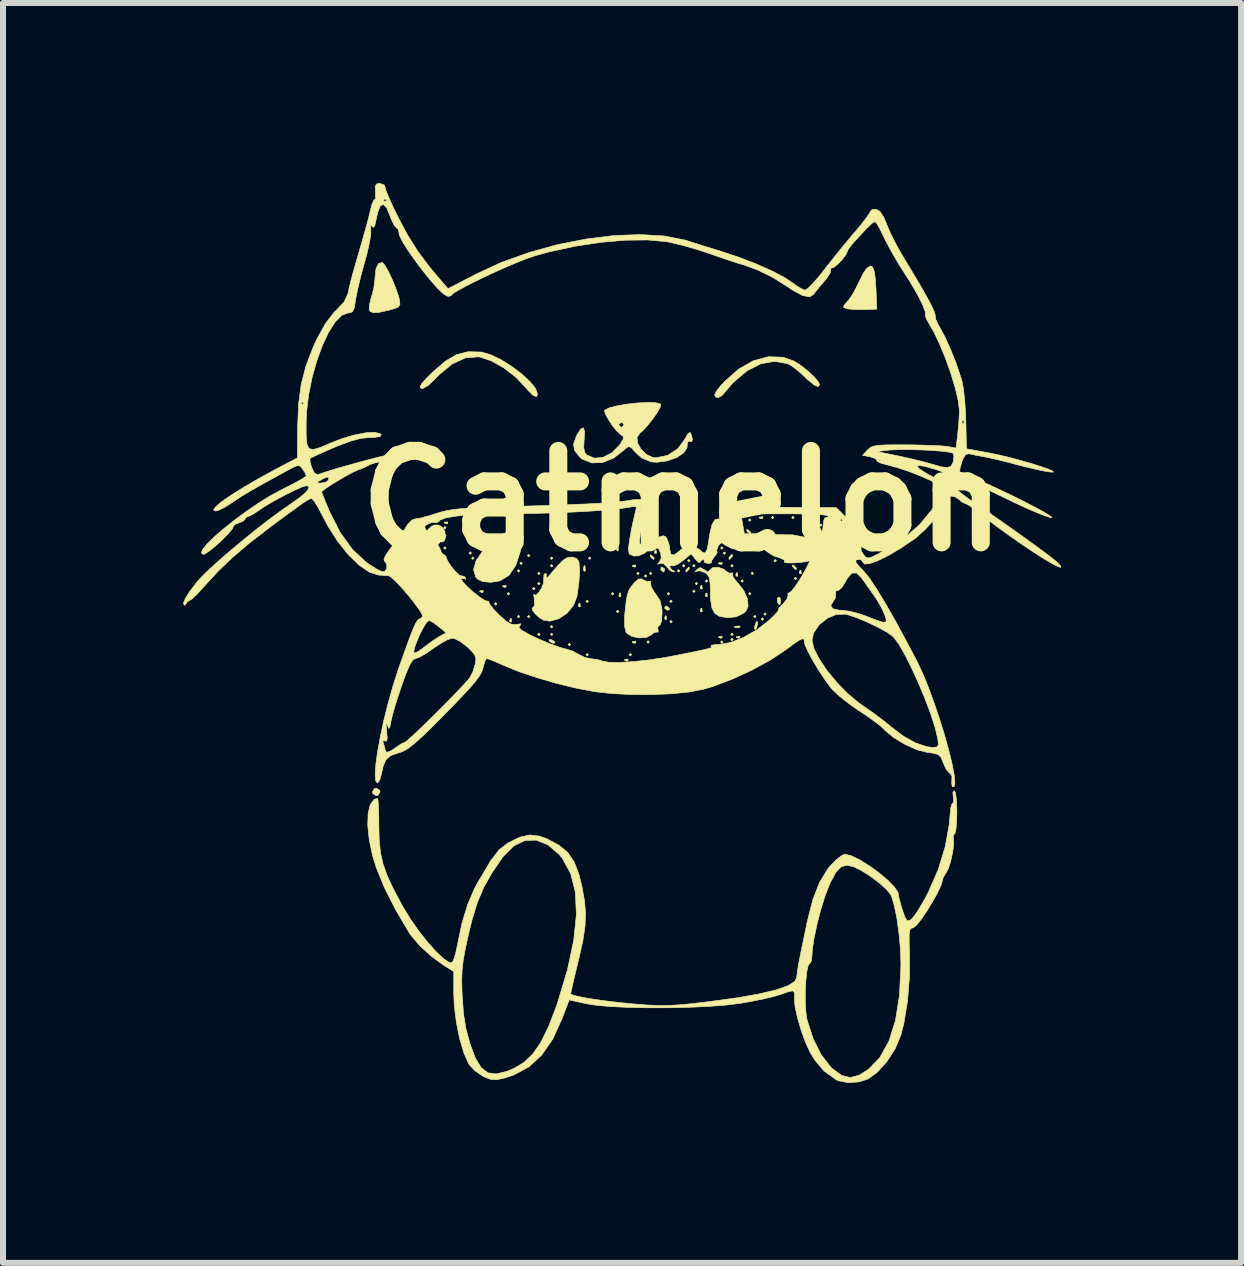
<source format=kicad_pcb>
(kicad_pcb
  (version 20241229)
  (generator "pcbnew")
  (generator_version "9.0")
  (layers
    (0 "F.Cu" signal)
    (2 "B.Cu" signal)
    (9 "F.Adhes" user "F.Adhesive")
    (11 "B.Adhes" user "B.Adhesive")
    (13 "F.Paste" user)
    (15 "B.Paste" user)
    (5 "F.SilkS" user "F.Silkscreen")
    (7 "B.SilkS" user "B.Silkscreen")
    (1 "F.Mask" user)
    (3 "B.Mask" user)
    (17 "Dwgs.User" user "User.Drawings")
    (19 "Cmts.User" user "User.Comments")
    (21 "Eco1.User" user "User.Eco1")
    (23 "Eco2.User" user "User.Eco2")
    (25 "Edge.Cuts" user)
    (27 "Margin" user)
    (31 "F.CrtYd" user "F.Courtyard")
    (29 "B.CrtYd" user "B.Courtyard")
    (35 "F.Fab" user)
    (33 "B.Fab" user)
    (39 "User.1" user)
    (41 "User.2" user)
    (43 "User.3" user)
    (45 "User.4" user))
  (footprint "Catmelon"
    (layer "F.Cu")
    (at 8.32 5.297)
    (property "Reference" "Catmelon" (at 0 0 0) (layer "F.SilkS") (effects (font (size 1.524 1.524) (thickness 0.3))))
    (attr through_hole)
    (fp_poly (pts (xy -4.106 0.445) (xy -4.128 0.466) (xy -4.149 0.445) (xy -4.128 0.423) (xy -4.106 0.445)) (stroke (width 0.01) (type solid)) (fill yes) (layer "F.SilkS"))
    (fp_poly (pts (xy -3.937 0.445) (xy -3.958 0.466) (xy -3.979 0.445) (xy -3.958 0.423) (xy -3.937 0.445)) (stroke (width 0.01) (type solid)) (fill yes) (layer "F.SilkS"))
    (fp_poly (pts (xy -3.937 0.783) (xy -3.958 0.804) (xy -3.979 0.783) (xy -3.958 0.762) (xy -3.937 0.783)) (stroke (width 0.01) (type solid)) (fill yes) (layer "F.SilkS"))
    (fp_poly (pts (xy -3.514 0.868) (xy -3.535 0.889) (xy -3.556 0.868) (xy -3.535 0.847) (xy -3.514 0.868)) (stroke (width 0.01) (type solid)) (fill yes) (layer "F.SilkS"))
    (fp_poly (pts (xy -3.471 0.953) (xy -3.493 0.974) (xy -3.514 0.953) (xy -3.493 0.931) (xy -3.471 0.953)) (stroke (width 0.01) (type solid)) (fill yes) (layer "F.SilkS"))
    (fp_poly (pts (xy -3.09 1.714) (xy -3.111 1.736) (xy -3.133 1.714) (xy -3.111 1.693) (xy -3.09 1.714)) (stroke (width 0.01) (type solid)) (fill yes) (layer "F.SilkS"))
    (fp_poly (pts (xy -2.879 1.545) (xy -2.9 1.566) (xy -2.921 1.545) (xy -2.9 1.524) (xy -2.879 1.545)) (stroke (width 0.01) (type solid)) (fill yes) (layer "F.SilkS"))
    (fp_poly (pts (xy -2.709 1.164) (xy -2.731 1.185) (xy -2.752 1.164) (xy -2.731 1.143) (xy -2.709 1.164)) (stroke (width 0.01) (type solid)) (fill yes) (layer "F.SilkS"))
    (fp_poly (pts (xy -2.709 1.926) (xy -2.731 1.947) (xy -2.752 1.926) (xy -2.731 1.905) (xy -2.709 1.926)) (stroke (width 0.01) (type solid)) (fill yes) (layer "F.SilkS"))
    (fp_poly (pts (xy -2.667 1.037) (xy -2.688 1.058) (xy -2.709 1.037) (xy -2.688 1.016) (xy -2.667 1.037)) (stroke (width 0.01) (type solid)) (fill yes) (layer "F.SilkS"))
    (fp_poly (pts (xy -2.54 0.91) (xy -2.561 0.931) (xy -2.582 0.91) (xy -2.561 0.889) (xy -2.54 0.91)) (stroke (width 0.01) (type solid)) (fill yes) (layer "F.SilkS"))
    (fp_poly (pts (xy -2.54 1.926) (xy -2.561 1.947) (xy -2.582 1.926) (xy -2.561 1.905) (xy -2.54 1.926)) (stroke (width 0.01) (type solid)) (fill yes) (layer "F.SilkS"))
    (fp_poly (pts (xy -2.455 1.46) (xy -2.477 1.482) (xy -2.498 1.46) (xy -2.477 1.439) (xy -2.455 1.46)) (stroke (width 0.01) (type solid)) (fill yes) (layer "F.SilkS"))
    (fp_poly (pts (xy -2.371 1.206) (xy -2.392 1.228) (xy -2.413 1.206) (xy -2.392 1.185) (xy -2.371 1.206)) (stroke (width 0.01) (type solid)) (fill yes) (layer "F.SilkS"))
    (fp_poly (pts (xy -2.371 1.376) (xy -2.392 1.397) (xy -2.413 1.376) (xy -2.392 1.355) (xy -2.371 1.376)) (stroke (width 0.01) (type solid)) (fill yes) (layer "F.SilkS"))
    (fp_poly (pts (xy -2.371 2.223) (xy -2.392 2.244) (xy -2.413 2.223) (xy -2.392 2.201) (xy -2.371 2.223)) (stroke (width 0.01) (type solid)) (fill yes) (layer "F.SilkS"))
    (fp_poly (pts (xy -2.159 0.953) (xy -2.18 0.974) (xy -2.201 0.953) (xy -2.18 0.931) (xy -2.159 0.953)) (stroke (width 0.01) (type solid)) (fill yes) (layer "F.SilkS"))
    (fp_poly (pts (xy -2.159 1.079) (xy -2.18 1.101) (xy -2.201 1.079) (xy -2.18 1.058) (xy -2.159 1.079)) (stroke (width 0.01) (type solid)) (fill yes) (layer "F.SilkS"))
    (fp_poly (pts (xy -2.159 2.095) (xy -2.18 2.117) (xy -2.201 2.095) (xy -2.18 2.074) (xy -2.159 2.095)) (stroke (width 0.01) (type solid)) (fill yes) (layer "F.SilkS"))
    (fp_poly (pts (xy -2.159 2.223) (xy -2.18 2.244) (xy -2.201 2.223) (xy -2.18 2.201) (xy -2.159 2.223)) (stroke (width 0.01) (type solid)) (fill yes) (layer "F.SilkS"))
    (fp_poly (pts (xy -1.863 2.392) (xy -1.884 2.413) (xy -1.905 2.392) (xy -1.884 2.371) (xy -1.863 2.392)) (stroke (width 0.01) (type solid)) (fill yes) (layer "F.SilkS"))
    (fp_poly (pts (xy -1.566 1.672) (xy -1.587 1.693) (xy -1.609 1.672) (xy -1.587 1.651) (xy -1.566 1.672)) (stroke (width 0.01) (type solid)) (fill yes) (layer "F.SilkS"))
    (fp_poly (pts (xy -1.566 2.561) (xy -1.587 2.582) (xy -1.609 2.561) (xy -1.587 2.54) (xy -1.566 2.561)) (stroke (width 0.01) (type solid)) (fill yes) (layer "F.SilkS"))
    (fp_poly (pts (xy -1.524 0.953) (xy -1.545 0.974) (xy -1.566 0.953) (xy -1.545 0.931) (xy -1.524 0.953)) (stroke (width 0.01) (type solid)) (fill yes) (layer "F.SilkS"))
    (fp_poly (pts (xy -1.143 0.656) (xy -1.164 0.677) (xy -1.185 0.656) (xy -1.164 0.635) (xy -1.143 0.656)) (stroke (width 0.01) (type solid)) (fill yes) (layer "F.SilkS"))
    (fp_poly (pts (xy -1.143 1.545) (xy -1.164 1.566) (xy -1.185 1.545) (xy -1.164 1.524) (xy -1.143 1.545)) (stroke (width 0.01) (type solid)) (fill yes) (layer "F.SilkS"))
    (fp_poly (pts (xy -1.058 1.841) (xy -1.079 1.863) (xy -1.101 1.841) (xy -1.079 1.82) (xy -1.058 1.841)) (stroke (width 0.01) (type solid)) (fill yes) (layer "F.SilkS"))
    (fp_poly (pts (xy -0.847 2.561) (xy -0.868 2.582) (xy -0.889 2.561) (xy -0.868 2.54) (xy -0.847 2.561)) (stroke (width 0.01) (type solid)) (fill yes) (layer "F.SilkS"))
    (fp_poly (pts (xy -0.72 1.206) (xy -0.741 1.228) (xy -0.762 1.206) (xy -0.741 1.185) (xy -0.72 1.206)) (stroke (width 0.01) (type solid)) (fill yes) (layer "F.SilkS"))
    (fp_poly (pts (xy -0.593 1.249) (xy -0.614 1.27) (xy -0.635 1.249) (xy -0.614 1.228) (xy -0.593 1.249)) (stroke (width 0.01) (type solid)) (fill yes) (layer "F.SilkS"))
    (fp_poly (pts (xy -0.55 2.349) (xy -0.572 2.371) (xy -0.593 2.349) (xy -0.572 2.328) (xy -0.55 2.349)) (stroke (width 0.01) (type solid)) (fill yes) (layer "F.SilkS"))
    (fp_poly (pts (xy -0.508 1.206) (xy -0.529 1.228) (xy -0.55 1.206) (xy -0.529 1.185) (xy -0.508 1.206)) (stroke (width 0.01) (type solid)) (fill yes) (layer "F.SilkS"))
    (fp_poly (pts (xy -0.212 1.545) (xy -0.233 1.566) (xy -0.254 1.545) (xy -0.233 1.524) (xy -0.212 1.545)) (stroke (width 0.01) (type solid)) (fill yes) (layer "F.SilkS"))
    (fp_poly (pts (xy -0.169 1.672) (xy -0.191 1.693) (xy -0.212 1.672) (xy -0.191 1.651) (xy -0.169 1.672)) (stroke (width 0.01) (type solid)) (fill yes) (layer "F.SilkS"))
    (fp_poly (pts (xy -0.169 2.011) (xy -0.191 2.032) (xy -0.212 2.011) (xy -0.191 1.99) (xy -0.169 2.011)) (stroke (width 0.01) (type solid)) (fill yes) (layer "F.SilkS"))
    (fp_poly (pts (xy -0.042 1.164) (xy -0.064 1.185) (xy -0.085 1.164) (xy -0.064 1.143) (xy -0.042 1.164)) (stroke (width 0.01) (type solid)) (fill yes) (layer "F.SilkS"))
    (fp_poly (pts (xy 0.042 1.079) (xy 0.021 1.101) (xy 0 1.079) (xy 0.021 1.058) (xy 0.042 1.079)) (stroke (width 0.01) (type solid)) (fill yes) (layer "F.SilkS"))
    (fp_poly (pts (xy 0.127 0.995) (xy 0.106 1.016) (xy 0.085 0.995) (xy 0.106 0.974) (xy 0.127 0.995)) (stroke (width 0.01) (type solid)) (fill yes) (layer "F.SilkS"))
    (fp_poly (pts (xy 0.212 1.079) (xy 0.191 1.101) (xy 0.169 1.079) (xy 0.191 1.058) (xy 0.212 1.079)) (stroke (width 0.01) (type solid)) (fill yes) (layer "F.SilkS"))
    (fp_poly (pts (xy 0.212 1.503) (xy 0.191 1.524) (xy 0.169 1.503) (xy 0.191 1.482) (xy 0.212 1.503)) (stroke (width 0.01) (type solid)) (fill yes) (layer "F.SilkS"))
    (fp_poly (pts (xy 0.254 1.376) (xy 0.233 1.397) (xy 0.212 1.376) (xy 0.233 1.355) (xy 0.254 1.376)) (stroke (width 0.01) (type solid)) (fill yes) (layer "F.SilkS"))
    (fp_poly (pts (xy 0.423 1.333) (xy 0.402 1.355) (xy 0.381 1.333) (xy 0.402 1.312) (xy 0.423 1.333)) (stroke (width 0.01) (type solid)) (fill yes) (layer "F.SilkS"))
    (fp_poly (pts (xy 0.677 0.783) (xy 0.656 0.804) (xy 0.635 0.783) (xy 0.656 0.762) (xy 0.677 0.783)) (stroke (width 0.01) (type solid)) (fill yes) (layer "F.SilkS"))
    (fp_poly (pts (xy 0.677 2.349) (xy 0.656 2.371) (xy 0.635 2.349) (xy 0.656 2.328) (xy 0.677 2.349)) (stroke (width 0.01) (type solid)) (fill yes) (layer "F.SilkS"))
    (fp_poly (pts (xy 0.72 0.868) (xy 0.699 0.889) (xy 0.677 0.868) (xy 0.699 0.847) (xy 0.72 0.868)) (stroke (width 0.01) (type solid)) (fill yes) (layer "F.SilkS"))
    (fp_poly (pts (xy 0.847 1.079) (xy 0.826 1.101) (xy 0.804 1.079) (xy 0.826 1.058) (xy 0.847 1.079)) (stroke (width 0.01) (type solid)) (fill yes) (layer "F.SilkS"))
    (fp_poly (pts (xy 0.847 2.223) (xy 0.826 2.244) (xy 0.804 2.223) (xy 0.826 2.201) (xy 0.847 2.223)) (stroke (width 0.01) (type solid)) (fill yes) (layer "F.SilkS"))
    (fp_poly (pts (xy 0.847 2.307) (xy 0.826 2.328) (xy 0.804 2.307) (xy 0.826 2.286) (xy 0.847 2.307)) (stroke (width 0.01) (type solid)) (fill yes) (layer "F.SilkS"))
    (fp_poly (pts (xy 1.016 1.333) (xy 0.995 1.355) (xy 0.974 1.333) (xy 0.995 1.312) (xy 1.016 1.333)) (stroke (width 0.01) (type solid)) (fill yes) (layer "F.SilkS"))
    (fp_poly (pts (xy 1.143 0.318) (xy 1.122 0.339) (xy 1.101 0.318) (xy 1.122 0.296) (xy 1.143 0.318)) (stroke (width 0.01) (type solid)) (fill yes) (layer "F.SilkS"))
    (fp_poly (pts (xy 1.143 0.656) (xy 1.122 0.677) (xy 1.101 0.656) (xy 1.122 0.635) (xy 1.143 0.656)) (stroke (width 0.01) (type solid)) (fill yes) (layer "F.SilkS"))
    (fp_poly (pts (xy 1.143 1.545) (xy 1.122 1.566) (xy 1.101 1.545) (xy 1.122 1.524) (xy 1.143 1.545)) (stroke (width 0.01) (type solid)) (fill yes) (layer "F.SilkS"))
    (fp_poly (pts (xy 1.185 1.206) (xy 1.164 1.228) (xy 1.143 1.206) (xy 1.164 1.185) (xy 1.185 1.206)) (stroke (width 0.01) (type solid)) (fill yes) (layer "F.SilkS"))
    (fp_poly (pts (xy 1.228 1.926) (xy 1.206 1.947) (xy 1.185 1.926) (xy 1.206 1.905) (xy 1.228 1.926)) (stroke (width 0.01) (type solid)) (fill yes) (layer "F.SilkS"))
    (fp_poly (pts (xy 1.355 1.968) (xy 1.333 1.99) (xy 1.312 1.968) (xy 1.333 1.947) (xy 1.355 1.968)) (stroke (width 0.01) (type solid)) (fill yes) (layer "F.SilkS"))
    (fp_poly (pts (xy 1.397 1.884) (xy 1.376 1.905) (xy 1.355 1.884) (xy 1.376 1.863) (xy 1.397 1.884)) (stroke (width 0.01) (type solid)) (fill yes) (layer "F.SilkS"))
    (fp_poly (pts (xy 1.524 0.275) (xy 1.503 0.296) (xy 1.482 0.275) (xy 1.503 0.254) (xy 1.524 0.275)) (stroke (width 0.01) (type solid)) (fill yes) (layer "F.SilkS"))
    (fp_poly (pts (xy 1.566 0.995) (xy 1.545 1.016) (xy 1.524 0.995) (xy 1.545 0.974) (xy 1.566 0.995)) (stroke (width 0.01) (type solid)) (fill yes) (layer "F.SilkS"))
    (fp_poly (pts (xy 1.863 0.275) (xy 1.841 0.296) (xy 1.82 0.275) (xy 1.841 0.254) (xy 1.863 0.275)) (stroke (width 0.01) (type solid)) (fill yes) (layer "F.SilkS"))
    (fp_poly (pts (xy 1.905 1.291) (xy 1.884 1.312) (xy 1.863 1.291) (xy 1.884 1.27) (xy 1.905 1.291)) (stroke (width 0.01) (type solid)) (fill yes) (layer "F.SilkS"))
    (fp_poly (pts (xy 2.244 0.402) (xy 2.223 0.423) (xy 2.201 0.402) (xy 2.223 0.381) (xy 2.244 0.402)) (stroke (width 0.01) (type solid)) (fill yes) (layer "F.SilkS"))
    (fp_poly (pts (xy 2.244 0.699) (xy 2.223 0.72) (xy 2.201 0.699) (xy 2.223 0.677) (xy 2.244 0.699)) (stroke (width 0.01) (type solid)) (fill yes) (layer "F.SilkS"))
    (fp_poly (pts (xy 2.286 0.487) (xy 2.265 0.508) (xy 2.244 0.487) (xy 2.265 0.466) (xy 2.286 0.487)) (stroke (width 0.01) (type solid)) (fill yes) (layer "F.SilkS"))
    (fp_poly (pts (xy 2.328 0.402) (xy 2.307 0.423) (xy 2.286 0.402) (xy 2.307 0.381) (xy 2.328 0.402)) (stroke (width 0.01) (type solid)) (fill yes) (layer "F.SilkS"))
    (fp_poly (pts (xy -3.909 0.353) (xy -3.915 0.378) (xy -3.937 0.381) (xy -3.972 0.366) (xy -3.965 0.353) (xy -3.915 0.348) (xy -3.909 0.353)) (stroke (width 0.01) (type solid)) (fill yes) (layer "F.SilkS"))
    (fp_poly (pts (xy -3.401 0.734) (xy -3.396 0.784) (xy -3.401 0.79) (xy -3.426 0.784) (xy -3.429 0.762) (xy -3.414 0.727) (xy -3.401 0.734)) (stroke (width 0.01) (type solid)) (fill yes) (layer "F.SilkS"))
    (fp_poly (pts (xy -3.316 1.496) (xy -3.322 1.521) (xy -3.344 1.524) (xy -3.379 1.509) (xy -3.373 1.496) (xy -3.322 1.491) (xy -3.316 1.496)) (stroke (width 0.01) (type solid)) (fill yes) (layer "F.SilkS"))
    (fp_poly (pts (xy -2.935 1.411) (xy -2.941 1.436) (xy -2.963 1.439) (xy -2.998 1.424) (xy -2.992 1.411) (xy -2.941 1.406) (xy -2.935 1.411)) (stroke (width 0.01) (type solid)) (fill yes) (layer "F.SilkS"))
    (fp_poly (pts (xy -2.85 1.961) (xy -2.845 2.012) (xy -2.85 2.018) (xy -2.876 2.012) (xy -2.879 1.99) (xy -2.863 1.955) (xy -2.85 1.961)) (stroke (width 0.01) (type solid)) (fill yes) (layer "F.SilkS"))
    (fp_poly (pts (xy -1.707 1.707) (xy -1.702 1.758) (xy -1.707 1.764) (xy -1.733 1.758) (xy -1.736 1.736) (xy -1.72 1.701) (xy -1.707 1.707)) (stroke (width 0.01) (type solid)) (fill yes) (layer "F.SilkS"))
    (fp_poly (pts (xy -1.622 1.093) (xy -1.617 1.159) (xy -1.625 1.174) (xy -1.645 1.161) (xy -1.648 1.118) (xy -1.637 1.073) (xy -1.622 1.093)) (stroke (width 0.01) (type solid)) (fill yes) (layer "F.SilkS"))
    (fp_poly (pts (xy -1.072 0.754) (xy -1.067 0.82) (xy -1.075 0.835) (xy -1.094 0.823) (xy -1.097 0.78) (xy -1.087 0.734) (xy -1.072 0.754)) (stroke (width 0.01) (type solid)) (fill yes) (layer "F.SilkS"))
    (fp_poly (pts (xy -1.03 1.538) (xy -1.025 1.588) (xy -1.03 1.595) (xy -1.055 1.589) (xy -1.058 1.566) (xy -1.043 1.531) (xy -1.03 1.538)) (stroke (width 0.01) (type solid)) (fill yes) (layer "F.SilkS"))
    (fp_poly (pts (xy -0.903 2.639) (xy -0.909 2.664) (xy -0.931 2.667) (xy -0.966 2.652) (xy -0.96 2.639) (xy -0.909 2.634) (xy -0.903 2.639)) (stroke (width 0.01) (type solid)) (fill yes) (layer "F.SilkS"))
    (fp_poly (pts (xy -0.776 1.072) (xy -0.782 1.098) (xy -0.804 1.101) (xy -0.839 1.085) (xy -0.833 1.072) (xy -0.782 1.067) (xy -0.776 1.072)) (stroke (width 0.01) (type solid)) (fill yes) (layer "F.SilkS"))
    (fp_poly (pts (xy -0.776 2.342) (xy -0.782 2.368) (xy -0.804 2.371) (xy -0.839 2.355) (xy -0.833 2.342) (xy -0.782 2.337) (xy -0.776 2.342)) (stroke (width 0.01) (type solid)) (fill yes) (layer "F.SilkS"))
    (fp_poly (pts (xy -0.437 0.818) (xy -0.432 0.869) (xy -0.437 0.875) (xy -0.463 0.869) (xy -0.466 0.847) (xy -0.45 0.812) (xy -0.437 0.818)) (stroke (width 0.01) (type solid)) (fill yes) (layer "F.SilkS"))
    (fp_poly (pts (xy -0.268 1.919) (xy -0.263 1.969) (xy -0.268 1.976) (xy -0.293 1.97) (xy -0.296 1.947) (xy -0.281 1.912) (xy -0.268 1.919)) (stroke (width 0.01) (type solid)) (fill yes) (layer "F.SilkS"))
    (fp_poly (pts (xy 0.325 1.411) (xy 0.33 1.461) (xy 0.325 1.468) (xy 0.299 1.462) (xy 0.296 1.439) (xy 0.312 1.404) (xy 0.325 1.411)) (stroke (width 0.01) (type solid)) (fill yes) (layer "F.SilkS"))
    (fp_poly (pts (xy 0.325 1.792) (xy 0.33 1.842) (xy 0.325 1.849) (xy 0.299 1.843) (xy 0.296 1.82) (xy 0.312 1.785) (xy 0.325 1.792)) (stroke (width 0.01) (type solid)) (fill yes) (layer "F.SilkS"))
    (fp_poly (pts (xy 0.409 1.538) (xy 0.414 1.588) (xy 0.409 1.595) (xy 0.384 1.589) (xy 0.381 1.566) (xy 0.396 1.531) (xy 0.409 1.538)) (stroke (width 0.01) (type solid)) (fill yes) (layer "F.SilkS"))
    (fp_poly (pts (xy 0.663 1.03) (xy 0.657 1.055) (xy 0.635 1.058) (xy 0.6 1.043) (xy 0.607 1.03) (xy 0.657 1.025) (xy 0.663 1.03)) (stroke (width 0.01) (type solid)) (fill yes) (layer "F.SilkS"))
    (fp_poly (pts (xy 0.663 2.258) (xy 0.657 2.283) (xy 0.635 2.286) (xy 0.6 2.271) (xy 0.607 2.258) (xy 0.657 2.253) (xy 0.663 2.258)) (stroke (width 0.01) (type solid)) (fill yes) (layer "F.SilkS"))
    (fp_poly (pts (xy 0.917 1.199) (xy 0.922 1.25) (xy 0.917 1.256) (xy 0.892 1.25) (xy 0.889 1.228) (xy 0.904 1.193) (xy 0.917 1.199)) (stroke (width 0.01) (type solid)) (fill yes) (layer "F.SilkS"))
    (fp_poly (pts (xy 0.96 2.258) (xy 0.954 2.283) (xy 0.931 2.286) (xy 0.896 2.271) (xy 0.903 2.258) (xy 0.953 2.253) (xy 0.96 2.258)) (stroke (width 0.01) (type solid)) (fill yes) (layer "F.SilkS"))
    (fp_poly (pts (xy 0.962 2.091) (xy 0.95 2.11) (xy 0.907 2.113) (xy 0.861 2.103) (xy 0.881 2.088) (xy 0.947 2.083) (xy 0.962 2.091)) (stroke (width 0.01) (type solid)) (fill yes) (layer "F.SilkS"))
    (fp_poly (pts (xy 1.341 0.268) (xy 1.335 0.293) (xy 1.312 0.296) (xy 1.277 0.281) (xy 1.284 0.268) (xy 1.334 0.263) (xy 1.341 0.268)) (stroke (width 0.01) (type solid)) (fill yes) (layer "F.SilkS"))
    (fp_poly (pts (xy 1.976 1.157) (xy 1.981 1.207) (xy 1.976 1.214) (xy 1.95 1.208) (xy 1.947 1.185) (xy 1.963 1.15) (xy 1.976 1.157)) (stroke (width 0.01) (type solid)) (fill yes) (layer "F.SilkS"))
    (fp_poly (pts (xy -4.198 0.483) (xy -4.152 0.522) (xy -4.149 0.532) (xy -4.169 0.549) (xy -4.211 0.51) (xy -4.216 0.501) (xy -4.221 0.472) (xy -4.198 0.483)) (stroke (width 0.01) (type solid)) (fill yes) (layer "F.SilkS"))
    (fp_poly (pts (xy -2.182 2.312) (xy -2.123 2.346) (xy -2.133 2.368) (xy -2.157 2.371) (xy -2.214 2.34) (xy -2.222 2.329) (xy -2.215 2.305) (xy -2.182 2.312)) (stroke (width 0.01) (type solid)) (fill yes) (layer "F.SilkS"))
    (fp_poly (pts (xy -0.515 0.906) (xy -0.469 0.949) (xy -0.478 0.973) (xy -0.484 0.974) (xy -0.52 0.944) (xy -0.533 0.925) (xy -0.538 0.896) (xy -0.515 0.906)) (stroke (width 0.01) (type solid)) (fill yes) (layer "F.SilkS"))
    (fp_poly (pts (xy 1.094 0.483) (xy 1.139 0.522) (xy 1.143 0.532) (xy 1.123 0.549) (xy 1.081 0.51) (xy 1.075 0.501) (xy 1.07 0.472) (xy 1.094 0.483)) (stroke (width 0.01) (type solid)) (fill yes) (layer "F.SilkS"))
    (fp_poly (pts (xy 1.625 1.606) (xy 1.633 1.652) (xy 1.628 1.725) (xy 1.606 1.721) (xy 1.585 1.69) (xy 1.583 1.622) (xy 1.595 1.606) (xy 1.625 1.606)) (stroke (width 0.01) (type solid)) (fill yes) (layer "F.SilkS"))
    (fp_poly (pts (xy 1.856 1.075) (xy 1.902 1.118) (xy 1.892 1.143) (xy 1.886 1.143) (xy 1.851 1.113) (xy 1.837 1.094) (xy 1.832 1.065) (xy 1.856 1.075)) (stroke (width 0.01) (type solid)) (fill yes) (layer "F.SilkS"))
    (fp_poly (pts (xy -5.045 4.818) (xy -5.038 4.847) (xy -5.072 4.903) (xy -5.101 4.911) (xy -5.157 4.877) (xy -5.165 4.847) (xy -5.131 4.791) (xy -5.101 4.784) (xy -5.045 4.818)) (stroke (width 0.01) (type solid)) (fill yes) (layer "F.SilkS"))
    (fp_poly (pts (xy -0.298 1.131) (xy -0.296 1.143) (xy -0.311 1.184) (xy -0.315 1.185) (xy -0.351 1.156) (xy -0.36 1.143) (xy -0.356 1.104) (xy -0.341 1.101) (xy -0.298 1.131)) (stroke (width 0.01) (type solid)) (fill yes) (layer "F.SilkS"))
    (fp_poly (pts (xy -0.254 1.757) (xy -0.214 1.795) (xy -0.212 1.802) (xy -0.244 1.82) (xy -0.254 1.82) (xy -0.295 1.788) (xy -0.296 1.776) (xy -0.27 1.75) (xy -0.254 1.757)) (stroke (width 0.01) (type solid)) (fill yes) (layer "F.SilkS"))
    (fp_poly (pts (xy 0.114 1.128) (xy 0.106 1.143) (xy 0.066 1.183) (xy 0.059 1.185) (xy 0.056 1.158) (xy 0.064 1.143) (xy 0.103 1.103) (xy 0.111 1.101) (xy 0.114 1.128)) (stroke (width 0.01) (type solid)) (fill yes) (layer "F.SilkS"))
    (fp_poly (pts (xy 0.833 0.916) (xy 0.826 0.931) (xy 0.786 0.972) (xy 0.778 0.974) (xy 0.775 0.946) (xy 0.783 0.931) (xy 0.823 0.891) (xy 0.83 0.889) (xy 0.833 0.916)) (stroke (width 0.01) (type solid)) (fill yes) (layer "F.SilkS"))
    (fp_poly (pts (xy 1.255 2.017) (xy 1.254 2.048) (xy 1.23 2.123) (xy 1.218 2.14) (xy 1.2 2.131) (xy 1.201 2.101) (xy 1.225 2.026) (xy 1.237 2.008) (xy 1.255 2.017)) (stroke (width 0.01) (type solid)) (fill yes) (layer "F.SilkS"))
    (fp_poly (pts (xy -4.026 0.494) (xy -4.028 0.565) (xy -4.026 0.593) (xy -4.016 0.635) (xy -3.986 0.603) (xy -3.979 0.593) (xy -3.946 0.559) (xy -3.938 0.572) (xy -3.959 0.643) (xy -3.973 0.668) (xy -4.008 0.687) (xy -4.049 0.63) (xy -4.055 0.617) (xy -4.08 0.521) (xy -4.061 0.485) (xy -4.026 0.483) (xy -4.026 0.494)) (stroke (width 0.01) (type solid)) (fill yes) (layer "F.SilkS"))
    (fp_poly (pts (xy 3.168 -3.898) (xy 3.193 -3.836) (xy 3.212 -3.72) (xy 3.225 -3.537) (xy 3.232 -3.365) (xy 3.239 -3.196) (xy 3.027 -3.19) (xy 2.887 -3.19) (xy 2.772 -3.198) (xy 2.737 -3.204) (xy 2.686 -3.224) (xy 2.692 -3.257) (xy 2.742 -3.316) (xy 2.786 -3.37) (xy 2.828 -3.432) (xy 2.878 -3.522) (xy 2.947 -3.658) (xy 3.011 -3.789) (xy 3.07 -3.876) (xy 3.13 -3.916) (xy 3.134 -3.916) (xy 3.168 -3.898)) (stroke (width 0.01) (type solid)) (fill yes) (layer "F.SilkS"))
    (fp_poly (pts (xy -4.998 -3.973) (xy -4.957 -3.927) (xy -4.899 -3.824) (xy -4.834 -3.688) (xy -4.774 -3.541) (xy -4.728 -3.406) (xy -4.712 -3.34) (xy -4.707 -3.27) (xy -4.739 -3.228) (xy -4.827 -3.196) (xy -4.883 -3.181) (xy -5.047 -3.144) (xy -5.147 -3.136) (xy -5.201 -3.156) (xy -5.218 -3.186) (xy -5.217 -3.257) (xy -5.191 -3.368) (xy -5.179 -3.403) (xy -5.141 -3.553) (xy -5.122 -3.704) (xy -5.122 -3.72) (xy -5.106 -3.868) (xy -5.063 -3.956) (xy -4.999 -3.974) (xy -4.998 -3.973)) (stroke (width 0.01) (type solid)) (fill yes) (layer "F.SilkS"))
    (fp_poly (pts (xy -2.757 0.492) (xy -2.717 0.516) (xy -2.676 0.553) (xy -2.659 0.603) (xy -2.667 0.688) (xy -2.696 0.828) (xy -2.776 1.071) (xy -2.889 1.238) (xy -3.039 1.331) (xy -3.191 1.355) (xy -3.329 1.343) (xy -3.413 1.301) (xy -3.444 1.266) (xy -3.48 1.144) (xy -3.439 0.996) (xy -3.322 0.826) (xy -3.282 0.782) (xy -3.206 0.693) (xy -3.168 0.63) (xy -3.167 0.615) (xy -3.154 0.596) (xy -3.125 0.593) (xy -3.045 0.575) (xy -2.937 0.531) (xy -2.928 0.526) (xy -2.827 0.486) (xy -2.757 0.492)) (stroke (width 0.01) (type solid)) (fill yes) (layer "F.SilkS"))
    (fp_poly (pts (xy 1.676 -2.395) (xy 1.856 -2.332) (xy 1.967 -2.263) (xy 2.085 -2.169) (xy 2.192 -2.071) (xy 2.265 -1.985) (xy 2.286 -1.939) (xy 2.261 -1.905) (xy 2.19 -1.936) (xy 2.076 -2.031) (xy 2.03 -2.076) (xy 1.915 -2.179) (xy 1.806 -2.26) (xy 1.752 -2.288) (xy 1.534 -2.327) (xy 1.306 -2.286) (xy 1.075 -2.168) (xy 0.847 -1.976) (xy 0.664 -1.762) (xy 0.596 -1.719) (xy 0.555 -1.732) (xy 0.536 -1.766) (xy 0.563 -1.826) (xy 0.642 -1.924) (xy 0.703 -1.991) (xy 0.938 -2.199) (xy 1.185 -2.338) (xy 1.434 -2.404) (xy 1.676 -2.395)) (stroke (width 0.01) (type solid)) (fill yes) (layer "F.SilkS"))
    (fp_poly (pts (xy -3.357 -2.482) (xy -3.345 -2.481) (xy -3.197 -2.438) (xy -3.026 -2.356) (xy -2.849 -2.246) (xy -2.682 -2.12) (xy -2.543 -1.992) (xy -2.447 -1.874) (xy -2.413 -1.78) (xy -2.434 -1.737) (xy -2.493 -1.763) (xy -2.585 -1.856) (xy -2.62 -1.899) (xy -2.784 -2.07) (xy -2.981 -2.221) (xy -3.185 -2.335) (xy -3.373 -2.398) (xy -3.403 -2.402) (xy -3.617 -2.384) (xy -3.837 -2.282) (xy -4.06 -2.098) (xy -4.123 -2.032) (xy -4.236 -1.925) (xy -4.325 -1.875) (xy -4.352 -1.874) (xy -4.373 -1.897) (xy -4.346 -1.951) (xy -4.265 -2.044) (xy -4.157 -2.151) (xy -3.951 -2.329) (xy -3.762 -2.439) (xy -3.57 -2.487) (xy -3.357 -2.482)) (stroke (width 0.01) (type solid)) (fill yes) (layer "F.SilkS"))
    (fp_poly (pts (xy -0.656 1.313) (xy -0.584 1.342) (xy -0.553 1.335) (xy -0.526 1.339) (xy -0.531 1.365) (xy -0.52 1.432) (xy -0.465 1.525) (xy -0.446 1.548) (xy -0.371 1.663) (xy -0.341 1.801) (xy -0.339 1.873) (xy -0.348 1.999) (xy -0.372 2.067) (xy -0.386 2.074) (xy -0.413 2.105) (xy -0.407 2.14) (xy -0.403 2.185) (xy -0.419 2.183) (xy -0.472 2.192) (xy -0.51 2.224) (xy -0.596 2.272) (xy -0.719 2.282) (xy -0.842 2.257) (xy -0.929 2.201) (xy -0.94 2.186) (xy -0.962 2.093) (xy -0.965 1.95) (xy -0.959 1.866) (xy -0.939 1.687) (xy -0.919 1.569) (xy -0.893 1.489) (xy -0.854 1.426) (xy -0.81 1.373) (xy -0.736 1.303) (xy -0.681 1.297) (xy -0.656 1.313)) (stroke (width 0.01) (type solid)) (fill yes) (layer "F.SilkS"))
    (fp_poly (pts (xy -1.762 0.957) (xy -1.724 1.015) (xy -1.712 1.149) (xy -1.724 1.352) (xy -1.757 1.591) (xy -1.816 1.742) (xy -1.925 1.872) (xy -2.062 1.963) (xy -2.208 2.002) (xy -2.311 1.987) (xy -2.383 1.944) (xy -2.452 1.881) (xy -2.498 1.82) (xy -2.505 1.782) (xy -2.492 1.778) (xy -2.463 1.741) (xy -2.468 1.64) (xy -2.478 1.564) (xy -2.472 1.552) (xy -2.469 1.559) (xy -2.438 1.569) (xy -2.392 1.524) (xy -2.346 1.448) (xy -2.314 1.365) (xy -2.31 1.299) (xy -2.311 1.296) (xy -2.307 1.228) (xy -2.289 1.209) (xy -2.262 1.214) (xy -2.269 1.257) (xy -2.27 1.291) (xy -2.229 1.255) (xy -2.206 1.228) (xy -2.077 1.076) (xy -1.983 0.983) (xy -1.909 0.939) (xy -1.838 0.934) (xy -1.762 0.957)) (stroke (width 0.01) (type solid)) (fill yes) (layer "F.SilkS"))
    (fp_poly (pts (xy 0.687 1.136) (xy 0.719 1.164) (xy 0.782 1.204) (xy 0.816 1.199) (xy 0.841 1.199) (xy 0.834 1.215) (xy 0.845 1.267) (xy 0.904 1.348) (xy 0.932 1.377) (xy 1.023 1.494) (xy 1.081 1.626) (xy 1.085 1.645) (xy 1.094 1.758) (xy 1.058 1.832) (xy 1.017 1.87) (xy 0.894 1.93) (xy 0.746 1.946) (xy 0.61 1.919) (xy 0.536 1.87) (xy 0.491 1.783) (xy 0.469 1.64) (xy 0.466 1.52) (xy 0.461 1.365) (xy 0.444 1.271) (xy 0.408 1.216) (xy 0.379 1.194) (xy 0.293 1.163) (xy 0.242 1.169) (xy 0.212 1.18) (xy 0.242 1.143) (xy 0.295 1.109) (xy 0.359 1.142) (xy 0.365 1.147) (xy 0.425 1.183) (xy 0.455 1.154) (xy 0.455 1.154) (xy 0.507 1.11) (xy 0.597 1.105) (xy 0.687 1.136)) (stroke (width 0.01) (type solid)) (fill yes) (layer "F.SilkS"))
    (fp_poly (pts (xy -0.45 -1.638) (xy -0.37 -1.618) (xy -0.36 -1.608) (xy -0.372 -1.558) (xy -0.424 -1.467) (xy -0.502 -1.356) (xy -0.59 -1.247) (xy -0.671 -1.161) (xy -0.709 -1.13) (xy -0.757 -1.059) (xy -0.746 -0.963) (xy -0.69 -0.862) (xy -0.601 -0.776) (xy -0.492 -0.725) (xy -0.442 -0.72) (xy -0.249 -0.759) (xy -0.08 -0.868) (xy 0.035 -1.02) (xy 0.09 -1.118) (xy 0.126 -1.143) (xy 0.143 -1.119) (xy 0.168 -1.025) (xy 0.153 -0.987) (xy 0.127 -0.995) (xy 0.088 -0.991) (xy 0.085 -0.976) (xy 0.076 -0.888) (xy 0.036 -0.821) (xy 0.018 -0.8) (xy -0.096 -0.723) (xy -0.256 -0.667) (xy -0.427 -0.645) (xy -0.523 -0.652) (xy -0.677 -0.717) (xy -0.779 -0.807) (xy -0.851 -0.887) (xy -0.896 -0.907) (xy -0.943 -0.877) (xy -0.964 -0.856) (xy -1.146 -0.715) (xy -1.333 -0.64) (xy -1.512 -0.634) (xy -1.669 -0.698) (xy -1.716 -0.739) (xy -1.798 -0.844) (xy -1.814 -0.947) (xy -1.768 -1.079) (xy -1.756 -1.103) (xy -1.693 -1.202) (xy -1.65 -1.219) (xy -1.63 -1.159) (xy -1.637 -1.025) (xy -1.645 -0.886) (xy -1.624 -0.803) (xy -1.592 -0.766) (xy -1.468 -0.713) (xy -1.323 -0.727) (xy -1.176 -0.803) (xy -1.048 -0.932) (xy -1.03 -0.958) (xy -0.984 -1.036) (xy -0.987 -1.078) (xy -1.031 -1.108) (xy -1.091 -1.162) (xy -1.164 -1.253) (xy -1.176 -1.27) (xy -1.058 -1.27) (xy -1.026 -1.229) (xy -1.016 -1.228) (xy -0.975 -1.26) (xy -0.974 -1.27) (xy -1.006 -1.311) (xy -1.016 -1.312) (xy -1.057 -1.28) (xy -1.058 -1.27) (xy -1.176 -1.27) (xy -1.234 -1.358) (xy -1.284 -1.45) (xy -1.299 -1.507) (xy -1.296 -1.512) (xy -1.221 -1.551) (xy -1.09 -1.585) (xy -0.926 -1.614) (xy -0.75 -1.633) (xy -0.584 -1.642) (xy -0.45 -1.638)) (stroke (width 0.01) (type solid)) (fill yes) (layer "F.SilkS"))
    (fp_poly (pts (xy 4.55 4.866) (xy 4.565 4.978) (xy 4.572 5.147) (xy 4.572 5.186) (xy 4.568 5.348) (xy 4.557 5.473) (xy 4.541 5.539) (xy 4.534 5.546) (xy 4.512 5.579) (xy 4.517 5.629) (xy 4.52 5.723) (xy 4.502 5.858) (xy 4.469 6.004) (xy 4.429 6.129) (xy 4.388 6.201) (xy 4.387 6.202) (xy 4.342 6.279) (xy 4.333 6.319) (xy 4.308 6.405) (xy 4.248 6.531) (xy 4.166 6.679) (xy 4.074 6.83) (xy 3.982 6.965) (xy 3.903 7.064) (xy 3.848 7.111) (xy 3.842 7.112) (xy 3.807 7.12) (xy 3.787 7.155) (xy 3.778 7.233) (xy 3.778 7.368) (xy 3.783 7.504) (xy 3.783 7.918) (xy 3.751 8.325) (xy 3.691 8.695) (xy 3.641 8.894) (xy 3.544 9.127) (xy 3.403 9.346) (xy 3.238 9.526) (xy 3.088 9.632) (xy 2.935 9.68) (xy 2.76 9.69) (xy 2.603 9.661) (xy 2.558 9.64) (xy 2.361 9.498) (xy 2.207 9.317) (xy 2.126 9.183) (xy 2.05 9.019) (xy 1.979 8.822) (xy 1.919 8.618) (xy 1.878 8.435) (xy 1.869 8.347) (xy 2.047 8.347) (xy 2.056 8.511) (xy 2.075 8.639) (xy 2.076 8.642) (xy 2.177 8.958) (xy 2.313 9.228) (xy 2.475 9.435) (xy 2.499 9.458) (xy 2.653 9.57) (xy 2.795 9.606) (xy 2.944 9.568) (xy 3.098 9.47) (xy 3.29 9.271) (xy 3.441 8.999) (xy 3.55 8.654) (xy 3.616 8.237) (xy 3.64 7.748) (xy 3.64 7.7) (xy 3.631 7.455) (xy 3.608 7.201) (xy 3.574 6.958) (xy 3.532 6.749) (xy 3.486 6.594) (xy 3.468 6.555) (xy 3.396 6.466) (xy 3.273 6.358) (xy 3.123 6.246) (xy 2.97 6.151) (xy 2.851 6.093) (xy 2.736 6.068) (xy 2.643 6.095) (xy 2.559 6.184) (xy 2.471 6.345) (xy 2.453 6.384) (xy 2.379 6.572) (xy 2.307 6.803) (xy 2.243 7.049) (xy 2.193 7.284) (xy 2.164 7.481) (xy 2.159 7.565) (xy 2.149 7.66) (xy 2.124 7.704) (xy 2.12 7.705) (xy 2.093 7.744) (xy 2.071 7.847) (xy 2.056 7.996) (xy 2.047 8.169) (xy 2.047 8.347) (xy 1.869 8.347) (xy 1.864 8.298) (xy 1.865 8.284) (xy 1.867 8.199) (xy 1.846 8.162) (xy 1.782 8.17) (xy 1.658 8.214) (xy 1.657 8.214) (xy 1.528 8.254) (xy 1.344 8.298) (xy 1.13 8.341) (xy 0.969 8.369) (xy 0.727 8.399) (xy 0.434 8.421) (xy 0.106 8.436) (xy -0.24 8.444) (xy -0.586 8.444) (xy -0.915 8.437) (xy -1.21 8.422) (xy -1.453 8.4) (xy -1.61 8.374) (xy -1.886 8.312) (xy -2.003 8.619) (xy -2.159 8.963) (xy -2.343 9.23) (xy -2.559 9.429) (xy -2.815 9.566) (xy -2.968 9.615) (xy -3.099 9.643) (xy -3.196 9.637) (xy -3.303 9.594) (xy -3.328 9.581) (xy -3.45 9.497) (xy -3.548 9.397) (xy -3.564 9.373) (xy -3.642 9.194) (xy -3.712 8.958) (xy -3.766 8.689) (xy -3.801 8.414) (xy -3.81 8.208) (xy -3.81 7.987) (xy -3.677 7.987) (xy -3.672 8.187) (xy -3.67 8.234) (xy -3.648 8.537) (xy -3.607 8.793) (xy -3.542 9.036) (xy -3.54 9.042) (xy -3.45 9.281) (xy -3.354 9.441) (xy -3.241 9.527) (xy -3.102 9.546) (xy -2.926 9.503) (xy -2.802 9.451) (xy -2.635 9.35) (xy -2.489 9.208) (xy -2.356 9.014) (xy -2.23 8.757) (xy -2.104 8.429) (xy -2.079 8.356) (xy -1.915 7.808) (xy -1.811 7.32) (xy -1.767 6.89) (xy -1.784 6.52) (xy -1.862 6.208) (xy -2 5.955) (xy -2.053 5.89) (xy -2.241 5.729) (xy -2.433 5.651) (xy -2.625 5.657) (xy -2.809 5.746) (xy -2.981 5.918) (xy -2.999 5.941) (xy -3.175 6.198) (xy -3.31 6.438) (xy -3.416 6.687) (xy -3.504 6.974) (xy -3.563 7.213) (xy -3.617 7.459) (xy -3.652 7.651) (xy -3.671 7.818) (xy -3.677 7.987) (xy -3.81 7.987) (xy -3.81 7.839) (xy -3.969 7.741) (xy -4.182 7.587) (xy -4.379 7.407) (xy -4.531 7.226) (xy -4.553 7.193) (xy -4.778 6.811) (xy -4.964 6.444) (xy -5.101 6.109) (xy -5.162 5.913) (xy -5.218 5.645) (xy -5.243 5.406) (xy -5.237 5.207) (xy -5.201 5.058) (xy -5.136 4.972) (xy -5.08 4.954) (xy -5.071 4.993) (xy -5.064 5.099) (xy -5.059 5.256) (xy -5.058 5.408) (xy -5.052 5.652) (xy -5.031 5.858) (xy -4.988 6.049) (xy -4.918 6.245) (xy -4.815 6.466) (xy -4.671 6.735) (xy -4.649 6.773) (xy -4.528 6.971) (xy -4.391 7.167) (xy -4.248 7.348) (xy -4.11 7.503) (xy -3.988 7.619) (xy -3.891 7.685) (xy -3.841 7.694) (xy -3.812 7.647) (xy -3.779 7.538) (xy -3.746 7.387) (xy -3.738 7.342) (xy -3.669 7.018) (xy -3.574 6.712) (xy -3.462 6.451) (xy -3.406 6.35) (xy -3.329 6.222) (xy -3.239 6.069) (xy -3.201 6.002) (xy -3.052 5.808) (xy -2.909 5.699) (xy -2.711 5.602) (xy -2.544 5.564) (xy -2.383 5.583) (xy -2.257 5.629) (xy -2.058 5.734) (xy -1.911 5.856) (xy -1.804 6.013) (xy -1.724 6.222) (xy -1.672 6.436) (xy -1.631 6.666) (xy -1.614 6.875) (xy -1.623 7.085) (xy -1.658 7.321) (xy -1.721 7.608) (xy -1.736 7.669) (xy -1.784 7.867) (xy -1.824 8.034) (xy -1.851 8.153) (xy -1.863 8.208) (xy -1.863 8.21) (xy -1.823 8.233) (xy -1.71 8.261) (xy -1.538 8.292) (xy -1.319 8.324) (xy -1.065 8.355) (xy -0.788 8.382) (xy -0.777 8.383) (xy -0.568 8.399) (xy -0.386 8.406) (xy -0.21 8.404) (xy -0.016 8.392) (xy 0.219 8.368) (xy 0.463 8.339) (xy 0.913 8.277) (xy 1.278 8.213) (xy 1.56 8.146) (xy 1.758 8.076) (xy 1.873 8.004) (xy 1.904 7.938) (xy 1.913 7.856) (xy 1.935 7.72) (xy 1.966 7.556) (xy 1.97 7.535) (xy 2.01 7.344) (xy 2.05 7.153) (xy 2.08 7.006) (xy 2.172 6.645) (xy 2.284 6.356) (xy 2.422 6.13) (xy 2.459 6.085) (xy 2.561 5.979) (xy 2.653 5.907) (xy 2.706 5.884) (xy 2.813 5.91) (xy 2.955 5.979) (xy 3.115 6.079) (xy 3.276 6.196) (xy 3.421 6.318) (xy 3.532 6.431) (xy 3.592 6.523) (xy 3.598 6.552) (xy 3.611 6.623) (xy 3.643 6.742) (xy 3.666 6.817) (xy 3.709 6.937) (xy 3.742 6.99) (xy 3.781 6.99) (xy 3.815 6.969) (xy 3.867 6.909) (xy 3.944 6.792) (xy 4.035 6.636) (xy 4.099 6.515) (xy 4.262 6.141) (xy 4.381 5.75) (xy 4.448 5.371) (xy 4.459 5.23) (xy 4.47 5.116) (xy 4.491 5.047) (xy 4.503 5.038) (xy 4.521 5.003) (xy 4.512 4.932) (xy 4.506 4.852) (xy 4.529 4.826) (xy 4.55 4.866)) (stroke (width 0.01) (type solid)) (fill yes) (layer "F.SilkS"))
    (fp_poly (pts (xy -4.969 -5.265) (xy -4.953 -5.225) (xy -4.935 -5.162) (xy -4.886 -5.042) (xy -4.813 -4.883) (xy -4.737 -4.728) (xy -4.575 -4.424) (xy -4.409 -4.16) (xy -4.215 -3.902) (xy -4.051 -3.705) (xy -3.905 -3.537) (xy -3.436 -3.781) (xy -3.013 -3.976) (xy -2.558 -4.139) (xy -2.085 -4.27) (xy -1.609 -4.364) (xy -1.144 -4.422) (xy -0.703 -4.439) (xy -0.302 -4.415) (xy 0.047 -4.347) (xy 0.127 -4.321) (xy 0.214 -4.293) (xy 0.357 -4.248) (xy 0.532 -4.194) (xy 0.614 -4.169) (xy 0.929 -4.065) (xy 1.227 -3.951) (xy 1.49 -3.834) (xy 1.703 -3.722) (xy 1.828 -3.638) (xy 1.934 -3.564) (xy 2.02 -3.519) (xy 2.045 -3.514) (xy 2.095 -3.546) (xy 2.18 -3.631) (xy 2.287 -3.756) (xy 2.354 -3.841) (xy 2.505 -4.034) (xy 2.677 -4.247) (xy 2.839 -4.441) (xy 2.868 -4.475) (xy 2.983 -4.612) (xy 3.072 -4.727) (xy 3.124 -4.806) (xy 3.133 -4.827) (xy 3.167 -4.859) (xy 3.223 -4.861) (xy 3.29 -4.825) (xy 3.352 -4.732) (xy 3.401 -4.614) (xy 3.469 -4.455) (xy 3.564 -4.268) (xy 3.655 -4.106) (xy 3.86 -3.767) (xy 4.019 -3.495) (xy 4.131 -3.292) (xy 4.195 -3.157) (xy 4.213 -3.092) (xy 4.211 -3.089) (xy 4.218 -3.033) (xy 4.261 -2.937) (xy 4.289 -2.891) (xy 4.376 -2.729) (xy 4.472 -2.516) (xy 4.565 -2.28) (xy 4.641 -2.053) (xy 4.659 -1.99) (xy 4.682 -1.866) (xy 4.702 -1.686) (xy 4.717 -1.477) (xy 4.722 -1.335) (xy 4.732 -0.87) (xy 5.128 -0.797) (xy 5.288 -0.764) (xy 5.465 -0.721) (xy 5.647 -0.672) (xy 5.82 -0.622) (xy 5.973 -0.574) (xy 6.093 -0.532) (xy 6.166 -0.5) (xy 6.182 -0.482) (xy 6.138 -0.481) (xy 6.032 -0.498) (xy 5.872 -0.532) (xy 5.684 -0.577) (xy 5.588 -0.602) (xy 5.393 -0.653) (xy 5.208 -0.698) (xy 5.063 -0.73) (xy 5.016 -0.738) (xy 4.89 -0.762) (xy 4.791 -0.783) (xy 4.777 -0.787) (xy 4.719 -0.776) (xy 4.671 -0.695) (xy 4.656 -0.655) (xy 4.627 -0.554) (xy 4.619 -0.493) (xy 4.621 -0.488) (xy 4.664 -0.466) (xy 4.764 -0.421) (xy 4.889 -0.367) (xy 5.08 -0.284) (xy 5.284 -0.19) (xy 5.491 -0.091) (xy 5.688 0.007) (xy 5.865 0.099) (xy 6.009 0.177) (xy 6.11 0.237) (xy 6.155 0.272) (xy 6.141 0.278) (xy 6.048 0.25) (xy 5.9 0.192) (xy 5.715 0.112) (xy 5.512 0.017) (xy 5.485 0.004) (xy 5.164 -0.151) (xy 4.917 -0.265) (xy 4.742 -0.341) (xy 4.638 -0.377) (xy 4.614 -0.381) (xy 4.569 -0.347) (xy 4.55 -0.271) (xy 4.568 -0.197) (xy 4.574 -0.189) (xy 4.628 -0.141) (xy 4.734 -0.062) (xy 4.871 0.035) (xy 4.923 0.07) (xy 5.122 0.205) (xy 5.337 0.355) (xy 5.557 0.51) (xy 5.767 0.661) (xy 5.956 0.798) (xy 6.108 0.912) (xy 6.211 0.993) (xy 6.243 1.02) (xy 6.303 1.086) (xy 6.302 1.107) (xy 6.249 1.089) (xy 6.151 1.038) (xy 6.016 0.958) (xy 5.854 0.854) (xy 5.671 0.732) (xy 5.477 0.597) (xy 5.278 0.454) (xy 5.084 0.309) (xy 4.902 0.165) (xy 4.884 0.151) (xy 4.79 0.082) (xy 4.72 0.045) (xy 4.709 0.042) (xy 4.65 0.013) (xy 4.614 -0.021) (xy 4.546 -0.068) (xy 4.467 -0.084) (xy 4.411 -0.064) (xy 4.403 -0.04) (xy 4.372 0.055) (xy 4.292 0.186) (xy 4.175 0.334) (xy 4.038 0.481) (xy 3.895 0.609) (xy 3.845 0.646) (xy 3.627 0.793) (xy 3.426 0.911) (xy 3.254 0.996) (xy 3.119 1.044) (xy 3.033 1.051) (xy 3.006 1.016) (xy 2.971 0.978) (xy 2.942 0.974) (xy 2.889 0.985) (xy 2.893 1.025) (xy 2.957 1.104) (xy 3.016 1.164) (xy 3.106 1.272) (xy 3.226 1.45) (xy 3.373 1.691) (xy 3.542 1.987) (xy 3.729 2.331) (xy 3.915 2.684) (xy 4.006 2.879) (xy 4.101 3.111) (xy 4.195 3.368) (xy 4.285 3.636) (xy 4.368 3.903) (xy 4.438 4.155) (xy 4.493 4.38) (xy 4.528 4.565) (xy 4.54 4.696) (xy 4.526 4.76) (xy 4.496 4.761) (xy 4.487 4.707) (xy 4.489 4.621) (xy 4.491 4.587) (xy 4.464 4.544) (xy 4.441 4.527) (xy 4.393 4.467) (xy 4.346 4.364) (xy 4.342 4.353) (xy 4.307 4.268) (xy 4.256 4.222) (xy 4.161 4.199) (xy 4.085 4.19) (xy 3.912 4.146) (xy 3.713 4.058) (xy 3.523 3.944) (xy 3.374 3.822) (xy 3.344 3.789) (xy 3.282 3.733) (xy 3.167 3.647) (xy 3.02 3.545) (xy 2.94 3.493) (xy 2.773 3.376) (xy 2.617 3.252) (xy 2.499 3.142) (xy 2.469 3.108) (xy 2.369 2.97) (xy 2.264 2.811) (xy 2.167 2.648) (xy 2.089 2.503) (xy 2.041 2.394) (xy 2.032 2.353) (xy 2.028 2.32) (xy 2.159 2.32) (xy 2.191 2.457) (xy 2.278 2.63) (xy 2.408 2.823) (xy 2.569 3.019) (xy 2.748 3.204) (xy 2.934 3.36) (xy 3.004 3.41) (xy 3.173 3.527) (xy 3.344 3.655) (xy 3.481 3.766) (xy 3.483 3.768) (xy 3.68 3.917) (xy 3.883 4.03) (xy 4.071 4.094) (xy 4.161 4.105) (xy 4.237 4.1) (xy 4.264 4.067) (xy 4.257 3.981) (xy 4.251 3.948) (xy 4.207 3.766) (xy 4.135 3.543) (xy 4.042 3.295) (xy 3.935 3.04) (xy 3.823 2.793) (xy 3.712 2.572) (xy 3.611 2.394) (xy 3.525 2.275) (xy 3.507 2.257) (xy 3.408 2.187) (xy 3.255 2.102) (xy 3.075 2.017) (xy 2.897 1.942) (xy 2.745 1.892) (xy 2.719 1.886) (xy 2.565 1.89) (xy 2.409 1.956) (xy 2.275 2.066) (xy 2.184 2.202) (xy 2.159 2.32) (xy 2.028 2.32) (xy 2.027 2.307) (xy 2.003 2.294) (xy 1.947 2.319) (xy 1.848 2.386) (xy 1.722 2.48) (xy 1.467 2.649) (xy 1.159 2.817) (xy 0.831 2.968) (xy 0.512 3.089) (xy 0.35 3.137) (xy 0.115 3.182) (xy -0.179 3.212) (xy -0.509 3.226) (xy -0.852 3.225) (xy -1.184 3.208) (xy -1.46 3.177) (xy -1.754 3.122) (xy -2.082 3.043) (xy -2.413 2.947) (xy -2.718 2.845) (xy -2.949 2.752) (xy -3.09 2.689) (xy -3.201 2.644) (xy -3.259 2.625) (xy -3.261 2.625) (xy -3.288 2.662) (xy -3.316 2.753) (xy -3.322 2.78) (xy -3.343 2.846) (xy -3.387 2.924) (xy -3.463 3.024) (xy -3.577 3.154) (xy -3.737 3.324) (xy -3.951 3.543) (xy -4.164 3.758) (xy -4.329 3.919) (xy -4.457 4.034) (xy -4.556 4.113) (xy -4.637 4.162) (xy -4.709 4.192) (xy -4.732 4.198) (xy -4.86 4.242) (xy -4.939 4.309) (xy -4.987 4.421) (xy -5.013 4.54) (xy -5.041 4.642) (xy -5.074 4.696) (xy -5.082 4.699) (xy -5.112 4.66) (xy -5.12 4.552) (xy -5.108 4.387) (xy -5.079 4.175) (xy -5.045 3.992) (xy -4.992 3.992) (xy -4.981 4.039) (xy -4.957 4.122) (xy -4.953 4.152) (xy -4.927 4.189) (xy -4.851 4.161) (xy -4.772 4.106) (xy -4.686 4.047) (xy -4.628 4.022) (xy -4.627 4.022) (xy -4.586 3.993) (xy -4.499 3.915) (xy -4.377 3.8) (xy -4.231 3.659) (xy -4.074 3.504) (xy -3.918 3.347) (xy -3.774 3.199) (xy -3.654 3.072) (xy -3.57 2.979) (xy -3.541 2.942) (xy -3.49 2.84) (xy -3.452 2.718) (xy -3.441 2.628) (xy -3.464 2.557) (xy -3.536 2.476) (xy -3.582 2.433) (xy -3.692 2.347) (xy -3.792 2.295) (xy -3.832 2.286) (xy -3.911 2.31) (xy -4.029 2.374) (xy -4.149 2.455) (xy -4.275 2.542) (xy -4.384 2.603) (xy -4.448 2.625) (xy -4.491 2.648) (xy -4.54 2.725) (xy -4.601 2.865) (xy -4.672 3.059) (xy -4.739 3.257) (xy -4.797 3.444) (xy -4.839 3.594) (xy -4.854 3.662) (xy -4.874 3.764) (xy -4.89 3.791) (xy -4.909 3.75) (xy -4.917 3.725) (xy -4.934 3.693) (xy -4.935 3.741) (xy -4.928 3.825) (xy -4.918 3.948) (xy -4.928 4.001) (xy -4.957 3.998) (xy -4.992 3.992) (xy -5.045 3.992) (xy -5.034 3.928) (xy -4.976 3.66) (xy -4.906 3.38) (xy -4.828 3.1) (xy -4.743 2.833) (xy -4.715 2.752) (xy -4.631 2.516) (xy -4.478 2.516) (xy -4.453 2.533) (xy -4.382 2.494) (xy -4.282 2.419) (xy -4.165 2.333) (xy -4.058 2.263) (xy -4.031 2.248) (xy -3.935 2.197) (xy -4.059 2.094) (xy -4.149 2.026) (xy -4.216 1.991) (xy -4.224 1.99) (xy -4.264 2.026) (xy -4.322 2.118) (xy -4.386 2.245) (xy -4.442 2.382) (xy -4.463 2.445) (xy -4.478 2.516) (xy -4.631 2.516) (xy -4.62 2.487) (xy -4.549 2.291) (xy -4.496 2.152) (xy -4.456 2.061) (xy -4.426 2.006) (xy -4.399 1.975) (xy -4.37 1.959) (xy -4.358 1.954) (xy -4.331 1.932) (xy -4.337 1.889) (xy -4.382 1.814) (xy -4.471 1.693) (xy -4.555 1.587) (xy -4.676 1.445) (xy -4.784 1.331) (xy -4.867 1.26) (xy -4.9 1.245) (xy -5.007 1.238) (xy -5.062 1.234) (xy -5.216 1.186) (xy -5.388 1.068) (xy -5.568 0.893) (xy -5.746 0.67) (xy -5.911 0.41) (xy -5.998 0.244) (xy -6.07 0.107) (xy -6.133 0.005) (xy -6.176 -0.041) (xy -6.18 -0.042) (xy -6.203 -0.037) (xy -6.241 -0.018) (xy -6.303 0.021) (xy -6.399 0.089) (xy -6.538 0.19) (xy -6.73 0.331) (xy -6.865 0.432) (xy -7.203 0.692) (xy -7.488 0.933) (xy -7.739 1.173) (xy -7.978 1.433) (xy -8.002 1.46) (xy -8.1 1.567) (xy -8.179 1.639) (xy -8.22 1.662) (xy -8.254 1.682) (xy -8.255 1.693) (xy -8.287 1.734) (xy -8.298 1.736) (xy -8.315 1.706) (xy -8.283 1.627) (xy -8.211 1.51) (xy -8.105 1.371) (xy -8.058 1.315) (xy -7.943 1.196) (xy -7.775 1.04) (xy -7.569 0.86) (xy -7.34 0.668) (xy -7.103 0.476) (xy -6.873 0.298) (xy -6.666 0.146) (xy -6.552 0.068) (xy -6.378 -0.055) (xy -6.266 -0.152) (xy -6.22 -0.219) (xy -6.243 -0.252) (xy -6.269 -0.254) (xy -6.336 -0.234) (xy -6.454 -0.182) (xy -6.604 -0.108) (xy -6.762 -0.024) (xy -6.908 0.059) (xy -7.022 0.131) (xy -7.046 0.149) (xy -7.144 0.215) (xy -7.219 0.252) (xy -7.232 0.254) (xy -7.279 0.282) (xy -7.281 0.296) (xy -7.317 0.336) (xy -7.386 0.363) (xy -7.461 0.394) (xy -7.481 0.423) (xy -7.504 0.471) (xy -7.575 0.554) (xy -7.675 0.655) (xy -7.785 0.755) (xy -7.887 0.837) (xy -7.961 0.884) (xy -7.98 0.889) (xy -8.017 0.867) (xy -7.993 0.806) (xy -7.917 0.713) (xy -7.797 0.596) (xy -7.644 0.463) (xy -7.466 0.321) (xy -7.272 0.178) (xy -7.072 0.041) (xy -6.875 -0.082) (xy -6.689 -0.183) (xy -6.667 -0.194) (xy -6.502 -0.277) (xy -6.429 -0.316) (xy -6.082 -0.316) (xy -6.08 -0.301) (xy -6.024 -0.298) (xy -5.938 -0.315) (xy -5.904 -0.341) (xy -5.887 -0.394) (xy -5.935 -0.394) (xy -6.011 -0.358) (xy -6.082 -0.316) (xy -6.429 -0.316) (xy -6.37 -0.348) (xy -6.286 -0.4) (xy -6.265 -0.419) (xy -6.288 -0.473) (xy -6.327 -0.532) (xy -6.369 -0.581) (xy -6.412 -0.591) (xy -6.485 -0.561) (xy -6.549 -0.527) (xy -6.821 -0.378) (xy -7.03 -0.262) (xy -7.191 -0.171) (xy -7.316 -0.097) (xy -7.417 -0.032) (xy -7.504 0.027) (xy -7.626 0.105) (xy -7.73 0.156) (xy -7.779 0.168) (xy -7.812 0.148) (xy -7.775 0.094) (xy -7.676 0.011) (xy -7.521 -0.096) (xy -7.315 -0.225) (xy -7.066 -0.37) (xy -6.78 -0.527) (xy -6.542 -0.652) (xy -6.416 -0.717) (xy -6.411 -1.237) (xy -6.408 -1.307) (xy -6.269 -1.307) (xy -6.269 -1.09) (xy -6.257 -0.949) (xy -6.223 -0.874) (xy -6.155 -0.857) (xy -6.043 -0.888) (xy -5.877 -0.959) (xy -5.863 -0.965) (xy -5.661 -1.043) (xy -5.46 -1.101) (xy -5.278 -1.136) (xy -5.131 -1.144) (xy -5.038 -1.123) (xy -5.019 -1.105) (xy -5.034 -1.075) (xy -5.126 -1.06) (xy -5.204 -1.058) (xy -5.359 -1.043) (xy -5.542 -0.994) (xy -5.773 -0.905) (xy -5.803 -0.892) (xy -5.968 -0.82) (xy -6.102 -0.76) (xy -6.186 -0.72) (xy -6.206 -0.708) (xy -6.205 -0.661) (xy -6.18 -0.568) (xy -6.176 -0.555) (xy -6.129 -0.461) (xy -6.075 -0.44) (xy -6.06 -0.444) (xy -5.954 -0.481) (xy -5.798 -0.529) (xy -5.611 -0.583) (xy -5.414 -0.638) (xy -5.226 -0.689) (xy -5.066 -0.73) (xy -4.953 -0.756) (xy -4.912 -0.762) (xy -4.836 -0.75) (xy -4.831 -0.723) (xy -4.887 -0.69) (xy -4.995 -0.661) (xy -5.004 -0.66) (xy -5.125 -0.634) (xy -5.212 -0.605) (xy -5.226 -0.597) (xy -5.296 -0.56) (xy -5.399 -0.52) (xy -5.482 -0.483) (xy -5.6 -0.42) (xy -5.732 -0.343) (xy -5.859 -0.266) (xy -5.958 -0.199) (xy -6.009 -0.157) (xy -6.011 -0.151) (xy -5.996 -0.108) (xy -5.955 -0.006) (xy -5.897 0.134) (xy -5.88 0.175) (xy -5.705 0.521) (xy -5.499 0.806) (xy -5.27 1.02) (xy -5.224 1.052) (xy -5.09 1.137) (xy -5.006 1.176) (xy -4.958 1.171) (xy -4.928 1.127) (xy -4.924 1.118) (xy -4.93 1.042) (xy -4.956 1.014) (xy -4.974 0.98) (xy -4.95 0.914) (xy -4.877 0.806) (xy -4.818 0.728) (xy -4.716 0.593) (xy -4.629 0.472) (xy -4.601 0.428) (xy -4.294 0.428) (xy -4.283 0.466) (xy -4.238 0.533) (xy -4.15 0.644) (xy -4.063 0.75) (xy -4.025 0.822) (xy -4.022 0.845) (xy -3.991 0.887) (xy -3.979 0.889) (xy -3.939 0.922) (xy -3.937 0.934) (xy -3.913 0.998) (xy -3.856 1.085) (xy -3.784 1.172) (xy -3.719 1.234) (xy -3.681 1.248) (xy -3.632 1.257) (xy -3.616 1.276) (xy -3.61 1.306) (xy -3.634 1.295) (xy -3.678 1.29) (xy -3.683 1.304) (xy -3.653 1.354) (xy -3.579 1.433) (xy -3.48 1.521) (xy -3.378 1.601) (xy -3.295 1.656) (xy -3.252 1.668) (xy -3.225 1.671) (xy -3.227 1.683) (xy -3.205 1.73) (xy -3.136 1.814) (xy -3.052 1.9) (xy -2.937 2.003) (xy -2.853 2.052) (xy -2.778 2.059) (xy -2.756 2.055) (xy -2.69 2.046) (xy -2.7 2.065) (xy -2.701 2.067) (xy -2.726 2.104) (xy -2.68 2.152) (xy -2.659 2.165) (xy -2.538 2.232) (xy -2.38 2.306) (xy -2.211 2.377) (xy -2.06 2.433) (xy -1.954 2.463) (xy -1.947 2.464) (xy -1.833 2.499) (xy -1.737 2.551) (xy -1.623 2.607) (xy -1.525 2.628) (xy -1.405 2.645) (xy -1.333 2.667) (xy -1.227 2.687) (xy -1.055 2.69) (xy -0.833 2.677) (xy -0.579 2.651) (xy -0.309 2.611) (xy -0.133 2.578) (xy 0.113 2.529) (xy 0.287 2.493) (xy 0.4 2.468) (xy 0.463 2.45) (xy 0.488 2.438) (xy 0.486 2.427) (xy 0.474 2.418) (xy 0.484 2.402) (xy 0.56 2.392) (xy 0.607 2.391) (xy 0.799 2.359) (xy 1.02 2.272) (xy 1.245 2.143) (xy 1.439 1.992) (xy 1.533 1.903) (xy 1.589 1.841) (xy 1.596 1.82) (xy 1.601 1.796) (xy 1.646 1.745) (xy 2.471 1.745) (xy 2.506 1.795) (xy 2.616 1.819) (xy 2.66 1.82) (xy 2.786 1.837) (xy 2.948 1.879) (xy 3.071 1.922) (xy 3.239 1.989) (xy 3.341 2.02) (xy 3.389 2.017) (xy 3.395 1.977) (xy 3.372 1.9) (xy 3.37 1.894) (xy 3.317 1.779) (xy 3.235 1.638) (xy 3.186 1.566) (xy 3.096 1.439) (xy 3.016 1.326) (xy 2.984 1.281) (xy 2.902 1.2) (xy 2.824 1.202) (xy 2.748 1.288) (xy 2.718 1.344) (xy 2.658 1.44) (xy 2.601 1.489) (xy 2.585 1.491) (xy 2.548 1.507) (xy 2.554 1.542) (xy 2.547 1.621) (xy 2.514 1.671) (xy 2.471 1.745) (xy 1.646 1.745) (xy 1.655 1.735) (xy 1.674 1.717) (xy 1.74 1.637) (xy 1.76 1.575) (xy 1.758 1.567) (xy 1.757 1.533) (xy 1.773 1.534) (xy 1.814 1.505) (xy 1.882 1.42) (xy 1.965 1.293) (xy 1.986 1.258) (xy 2.059 1.128) (xy 2.106 1.036) (xy 2.118 0.996) (xy 2.114 0.997) (xy 2.05 1.013) (xy 1.934 1.027) (xy 1.863 1.032) (xy 1.753 1.032) (xy 1.696 1.023) (xy 1.698 1.013) (xy 1.699 0.983) (xy 1.616 0.944) (xy 1.524 0.916) (xy 1.479 0.89) (xy 1.394 0.832) (xy 1.365 0.812) (xy 1.268 0.723) (xy 1.253 0.653) (xy 1.321 0.603) (xy 1.471 0.571) (xy 1.587 0.561) (xy 1.835 0.564) (xy 2.023 0.6) (xy 2.144 0.668) (xy 2.183 0.73) (xy 2.206 0.786) (xy 2.231 0.778) (xy 2.275 0.7) (xy 2.32 0.573) (xy 2.341 0.445) (xy 2.709 0.445) (xy 2.731 0.466) (xy 2.752 0.445) (xy 2.731 0.423) (xy 2.709 0.445) (xy 2.341 0.445) (xy 2.343 0.429) (xy 2.344 0.421) (xy 2.354 0.324) (xy 2.357 0.318) (xy 2.625 0.318) (xy 2.646 0.339) (xy 2.667 0.318) (xy 2.646 0.296) (xy 2.625 0.318) (xy 2.357 0.318) (xy 2.373 0.28) (xy 2.378 0.28) (xy 2.423 0.268) (xy 2.433 0.255) (xy 2.403 0.239) (xy 2.291 0.226) (xy 2.099 0.218) (xy 1.829 0.214) (xy 1.716 0.214) (xy 0.973 0.215) (xy 0.993 0.326) (xy 1.029 0.536) (xy 1.047 0.677) (xy 1.048 0.761) (xy 1.031 0.801) (xy 1.01 0.809) (xy 0.829 0.795) (xy 0.712 0.733) (xy 0.654 0.695) (xy 0.614 0.725) (xy 0.595 0.758) (xy 0.569 0.825) (xy 0.577 0.847) (xy 0.575 0.873) (xy 0.536 0.924) (xy 0.489 0.99) (xy 0.485 1.021) (xy 0.467 1.037) (xy 0.424 1.04) (xy 0.368 1.026) (xy 0.365 1.007) (xy 0.355 0.975) (xy 0.341 0.974) (xy 0.298 1.006) (xy 0.296 1.021) (xy 0.275 1.027) (xy 0.222 0.976) (xy 0.22 0.974) (xy 0.144 0.88) (xy 0.01 0.993) (xy -0.084 1.058) (xy -0.154 1.083) (xy -0.168 1.08) (xy -0.208 1.081) (xy -0.212 1.095) (xy -0.179 1.146) (xy -0.159 1.157) (xy -0.129 1.177) (xy -0.157 1.182) (xy -0.216 1.152) (xy -0.253 1.102) (xy -0.32 1.041) (xy -0.371 1.043) (xy -0.416 1.052) (xy -0.389 1.027) (xy -0.353 0.951) (xy -0.362 0.873) (xy -0.396 0.793) (xy -0.454 0.78) (xy -0.481 0.787) (xy -0.588 0.837) (xy -0.639 0.874) (xy -0.733 0.914) (xy -0.808 0.917) (xy -0.886 0.884) (xy -0.901 0.805) (xy -0.901 0.8) (xy -0.883 0.665) (xy -0.853 0.494) (xy -0.818 0.323) (xy -0.786 0.192) (xy -0.781 0.175) (xy -0.767 0.107) (xy -0.799 0.089) (xy -0.872 0.102) (xy -1.019 0.125) (xy -1.236 0.147) (xy -1.505 0.167) (xy -1.813 0.184) (xy -2.142 0.198) (xy -2.478 0.207) (xy -2.804 0.211) (xy -2.82 0.211) (xy -3.203 0.216) (xy -3.521 0.23) (xy -3.769 0.252) (xy -3.943 0.282) (xy -4.04 0.319) (xy -4.057 0.34) (xy -4.097 0.363) (xy -4.109 0.358) (xy -4.172 0.358) (xy -4.234 0.381) (xy -4.275 0.404) (xy -4.294 0.428) (xy -4.601 0.428) (xy -4.577 0.39) (xy -4.575 0.387) (xy -4.505 0.316) (xy -4.442 0.296) (xy -4.359 0.283) (xy -4.227 0.248) (xy -4.094 0.206) (xy -4.013 0.181) (xy -3.926 0.16) (xy -3.824 0.143) (xy -3.697 0.129) (xy -3.532 0.117) (xy -3.321 0.107) (xy -3.051 0.097) (xy -2.714 0.088) (xy -2.498 0.082) (xy -2.159 0.072) (xy -1.839 0.06) (xy -1.55 0.047) (xy -1.303 0.033) (xy -1.111 0.019) (xy -0.987 0.006) (xy -0.958 0.001) (xy -0.819 -0.021) (xy -0.702 -0.024) (xy -0.666 -0.017) (xy -0.606 0.008) (xy -0.624 0.034) (xy -0.654 0.052) (xy -0.702 0.093) (xy -0.676 0.128) (xy -0.648 0.163) (xy -0.644 0.233) (xy -0.664 0.357) (xy -0.676 0.415) (xy -0.702 0.557) (xy -0.715 0.666) (xy -0.714 0.713) (xy -0.67 0.722) (xy -0.572 0.69) (xy -0.498 0.656) (xy -0.381 0.598) (xy -0.316 0.579) (xy -0.28 0.594) (xy -0.255 0.634) (xy -0.218 0.742) (xy -0.212 0.799) (xy -0.193 0.887) (xy -0.139 0.9) (xy -0.053 0.836) (xy -0.041 0.824) (xy 0.066 0.738) (xy 0.165 0.732) (xy 0.274 0.803) (xy 0.282 0.811) (xy 0.34 0.859) (xy 0.379 0.865) (xy 0.407 0.819) (xy 0.431 0.709) (xy 0.455 0.551) (xy 0.491 0.397) (xy 0.542 0.311) (xy 0.601 0.298) (xy 0.659 0.362) (xy 0.68 0.41) (xy 0.739 0.526) (xy 0.796 0.607) (xy 0.85 0.659) (xy 0.876 0.64) (xy 0.892 0.586) (xy 0.891 0.472) (xy 0.865 0.402) (xy 0.822 0.3) (xy 0.788 0.175) (xy 0.775 0.08) (xy 0.795 0.049) (xy 0.864 0.062) (xy 0.878 0.067) (xy 0.957 0.078) (xy 1.105 0.088) (xy 1.305 0.097) (xy 1.542 0.103) (xy 1.778 0.106) (xy 2.561 0.11) (xy 2.828 0.374) (xy 2.954 0.501) (xy 3.028 0.585) (xy 3.056 0.64) (xy 3.048 0.679) (xy 3.029 0.702) (xy 2.974 0.772) (xy 2.979 0.834) (xy 3.025 0.904) (xy 3.058 0.939) (xy 3.098 0.95) (xy 3.162 0.931) (xy 3.268 0.878) (xy 3.406 0.8) (xy 3.707 0.606) (xy 3.947 0.399) (xy 4.148 0.157) (xy 4.213 0.059) (xy 4.296 -0.08) (xy 4.331 -0.17) (xy 4.323 -0.225) (xy 4.317 -0.234) (xy 4.248 -0.284) (xy 4.119 -0.349) (xy 3.953 -0.422) (xy 3.769 -0.493) (xy 3.59 -0.553) (xy 3.496 -0.579) (xy 3.908 -0.579) (xy 3.949 -0.534) (xy 4.067 -0.459) (xy 4.085 -0.448) (xy 4.252 -0.359) (xy 4.359 -0.314) (xy 4.419 -0.31) (xy 4.443 -0.345) (xy 4.445 -0.375) (xy 4.417 -0.434) (xy 4.326 -0.487) (xy 4.228 -0.523) (xy 4.05 -0.574) (xy 3.943 -0.593) (xy 3.908 -0.579) (xy 3.496 -0.579) (xy 3.437 -0.595) (xy 3.433 -0.596) (xy 3.316 -0.627) (xy 3.247 -0.659) (xy 3.238 -0.676) (xy 3.216 -0.706) (xy 3.137 -0.734) (xy 3.13 -0.735) (xy 3.001 -0.761) (xy 3.06 -0.824) (xy 3.239 -0.824) (xy 3.598 -0.75) (xy 3.792 -0.708) (xy 3.98 -0.662) (xy 4.126 -0.623) (xy 4.149 -0.616) (xy 4.314 -0.569) (xy 4.418 -0.558) (xy 4.478 -0.583) (xy 4.51 -0.647) (xy 4.513 -0.658) (xy 4.523 -0.749) (xy 4.51 -0.796) (xy 4.454 -0.812) (xy 4.334 -0.828) (xy 4.169 -0.841) (xy 3.98 -0.851) (xy 3.786 -0.856) (xy 3.609 -0.856) (xy 3.468 -0.85) (xy 3.434 -0.847) (xy 3.239 -0.824) (xy 3.06 -0.824) (xy 3.084 -0.85) (xy 3.124 -0.886) (xy 3.175 -0.911) (xy 3.251 -0.926) (xy 3.369 -0.934) (xy 3.543 -0.936) (xy 3.731 -0.936) (xy 3.953 -0.932) (xy 4.156 -0.926) (xy 4.318 -0.918) (xy 4.419 -0.908) (xy 4.426 -0.907) (xy 4.559 -0.882) (xy 4.586 -1.108) (xy 4.603 -1.278) (xy 4.605 -1.312) (xy 4.657 -1.312) (xy 4.672 -1.277) (xy 4.685 -1.284) (xy 4.69 -1.334) (xy 4.685 -1.341) (xy 4.66 -1.335) (xy 4.657 -1.312) (xy 4.605 -1.312) (xy 4.613 -1.446) (xy 4.614 -1.508) (xy 4.596 -1.666) (xy 4.547 -1.877) (xy 4.473 -2.121) (xy 4.384 -2.374) (xy 4.285 -2.615) (xy 4.185 -2.823) (xy 4.131 -2.916) (xy 4.073 -3.018) (xy 4.045 -3.086) (xy 4.046 -3.1) (xy 4.045 -3.156) (xy 4.003 -3.267) (xy 3.926 -3.422) (xy 3.82 -3.607) (xy 3.704 -3.789) (xy 3.587 -3.975) (xy 3.472 -4.174) (xy 3.38 -4.348) (xy 3.359 -4.392) (xy 3.295 -4.524) (xy 3.24 -4.619) (xy 3.207 -4.656) (xy 3.206 -4.656) (xy 3.156 -4.624) (xy 3.057 -4.528) (xy 2.912 -4.372) (xy 2.817 -4.265) (xy 2.766 -4.198) (xy 2.752 -4.167) (xy 2.726 -4.107) (xy 2.664 -4.025) (xy 2.588 -3.945) (xy 2.52 -3.89) (xy 2.486 -3.88) (xy 2.462 -3.881) (xy 2.472 -3.86) (xy 2.463 -3.803) (xy 2.407 -3.713) (xy 2.362 -3.659) (xy 2.272 -3.555) (xy 2.204 -3.469) (xy 2.187 -3.443) (xy 2.118 -3.4) (xy 2 -3.424) (xy 1.831 -3.516) (xy 1.74 -3.578) (xy 1.512 -3.721) (xy 1.262 -3.845) (xy 1.028 -3.932) (xy 0.995 -3.941) (xy 0.901 -3.969) (xy 0.752 -4.018) (xy 0.571 -4.08) (xy 0.457 -4.12) (xy 0.24 -4.192) (xy 0.011 -4.257) (xy -0.193 -4.306) (xy -0.263 -4.32) (xy -0.578 -4.349) (xy -0.951 -4.345) (xy -1.361 -4.309) (xy -1.791 -4.244) (xy -2.219 -4.151) (xy -2.459 -4.085) (xy -2.599 -4.037) (xy -2.777 -3.966) (xy -2.978 -3.88) (xy -3.187 -3.786) (xy -3.39 -3.689) (xy -3.573 -3.598) (xy -3.721 -3.519) (xy -3.819 -3.459) (xy -3.852 -3.425) (xy -3.885 -3.409) (xy -3.926 -3.416) (xy -3.994 -3.461) (xy -4.094 -3.559) (xy -4.213 -3.696) (xy -4.341 -3.855) (xy -4.466 -4.023) (xy -4.578 -4.184) (xy -4.665 -4.323) (xy -4.716 -4.427) (xy -4.723 -4.473) (xy -4.737 -4.53) (xy -4.757 -4.543) (xy -4.802 -4.593) (xy -4.851 -4.694) (xy -4.868 -4.739) (xy -4.927 -4.883) (xy -4.983 -4.942) (xy -5.033 -4.918) (xy -5.077 -4.809) (xy -5.104 -4.684) (xy -5.127 -4.583) (xy -5.153 -4.558) (xy -5.173 -4.577) (xy -5.198 -4.599) (xy -5.194 -4.545) (xy -5.191 -4.527) (xy -5.192 -4.439) (xy -5.217 -4.292) (xy -5.26 -4.104) (xy -5.295 -3.977) (xy -5.352 -3.771) (xy -5.401 -3.572) (xy -5.436 -3.408) (xy -5.448 -3.334) (xy -5.469 -3.211) (xy -5.499 -3.151) (xy -5.553 -3.133) (xy -5.571 -3.133) (xy -5.677 -3.093) (xy -5.787 -2.98) (xy -5.897 -2.808) (xy -6 -2.588) (xy -6.093 -2.332) (xy -6.171 -2.053) (xy -6.229 -1.763) (xy -6.263 -1.473) (xy -6.269 -1.307) (xy -6.408 -1.307) (xy -6.395 -1.616) (xy -6.393 -1.63) (xy -6.35 -1.63) (xy -6.329 -1.609) (xy -6.308 -1.63) (xy -6.329 -1.651) (xy -6.35 -1.63) (xy -6.393 -1.63) (xy -6.352 -1.942) (xy -6.274 -2.245) (xy -6.156 -2.554) (xy -6.092 -2.695) (xy -5.948 -2.957) (xy -5.803 -3.144) (xy -5.762 -3.183) (xy -5.637 -3.315) (xy -5.573 -3.455) (xy -5.565 -3.493) (xy -5.541 -3.602) (xy -5.498 -3.768) (xy -5.442 -3.966) (xy -5.391 -4.141) (xy -5.329 -4.355) (xy -5.271 -4.561) (xy -5.225 -4.733) (xy -5.202 -4.83) (xy -5.172 -4.944) (xy -5.142 -5.012) (xy -5.128 -5.02) (xy -5.125 -5.024) (xy -4.981 -5.024) (xy -4.975 -4.998) (xy -4.953 -4.995) (xy -4.918 -5.011) (xy -4.925 -5.024) (xy -4.975 -5.029) (xy -4.981 -5.024) (xy -5.125 -5.024) (xy -5.112 -5.043) (xy -5.113 -5.126) (xy -5.115 -5.146) (xy -5.119 -5.245) (xy -5.091 -5.285) (xy -5.042 -5.292) (xy -4.969 -5.265)) (stroke (width 0.01) (type solid)) (fill yes) (layer "F.SilkS")))
  (gr_rect
    (start -3 -3)
    (end 17.628 17.991)
    (stroke (width 0.1) (type default))
    (fill no)
    (layer "Edge.Cuts")))
</source>
